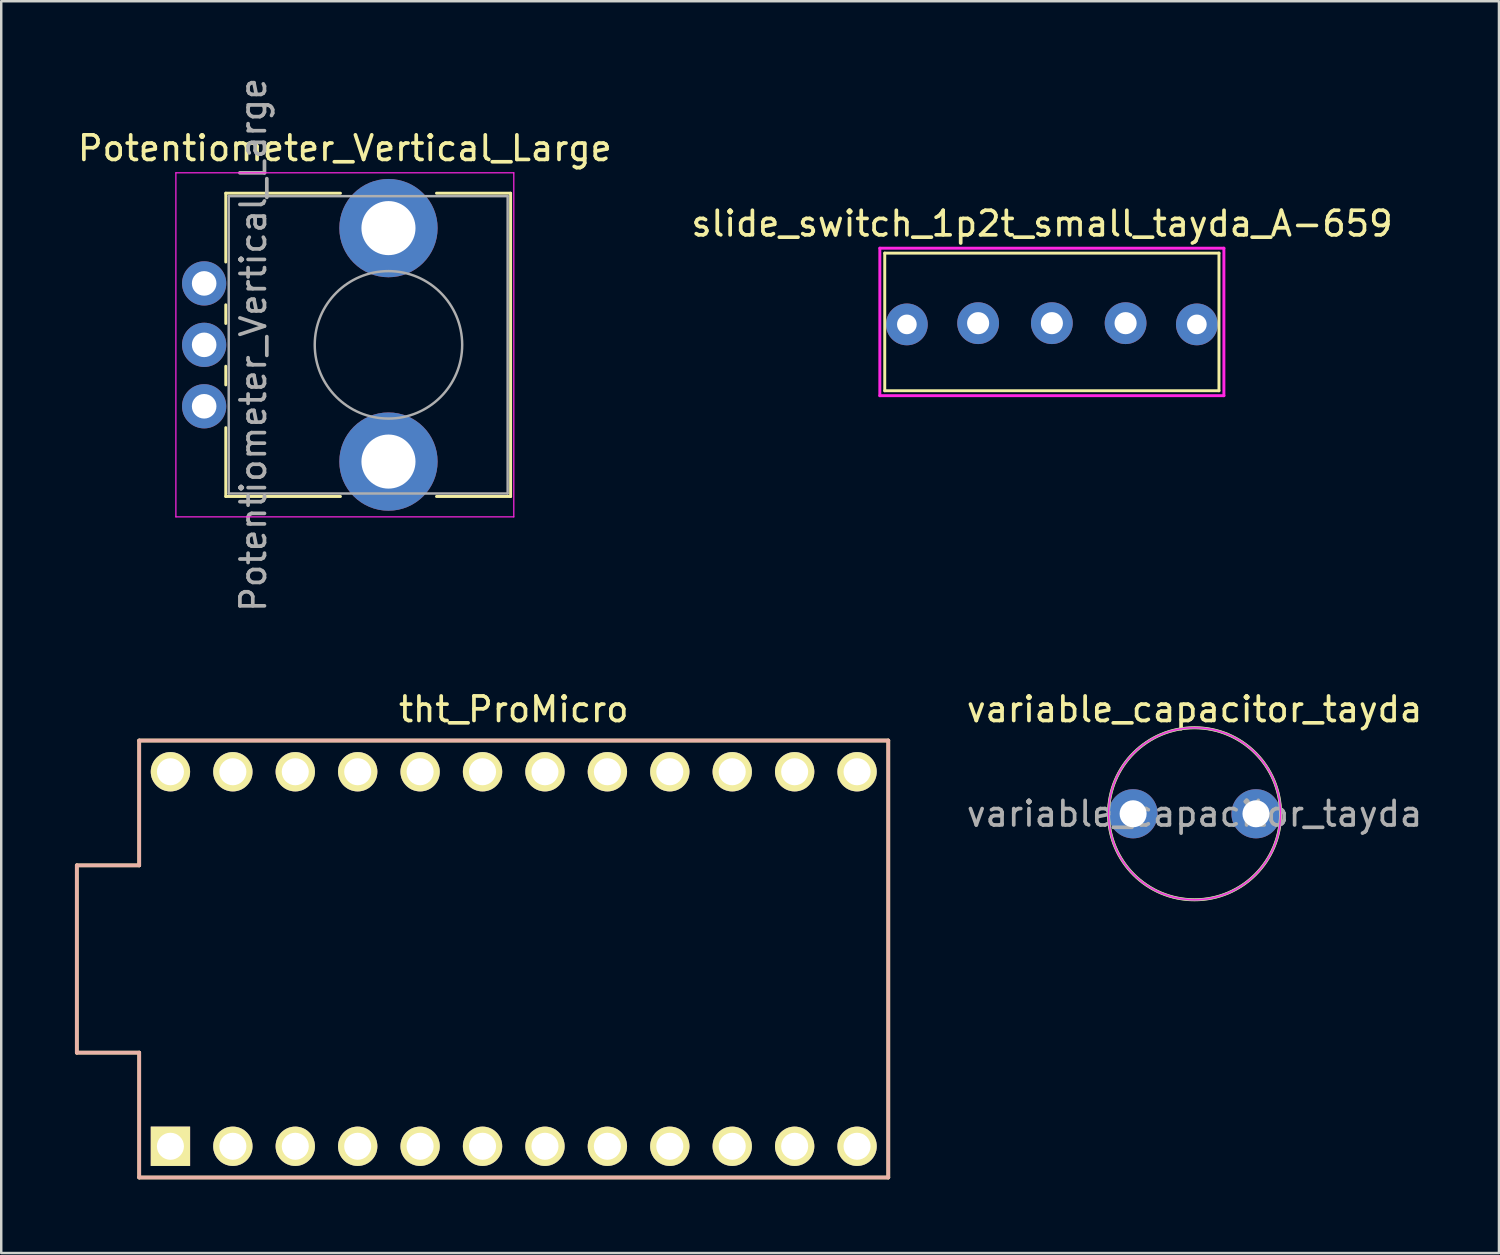
<source format=kicad_pcb>
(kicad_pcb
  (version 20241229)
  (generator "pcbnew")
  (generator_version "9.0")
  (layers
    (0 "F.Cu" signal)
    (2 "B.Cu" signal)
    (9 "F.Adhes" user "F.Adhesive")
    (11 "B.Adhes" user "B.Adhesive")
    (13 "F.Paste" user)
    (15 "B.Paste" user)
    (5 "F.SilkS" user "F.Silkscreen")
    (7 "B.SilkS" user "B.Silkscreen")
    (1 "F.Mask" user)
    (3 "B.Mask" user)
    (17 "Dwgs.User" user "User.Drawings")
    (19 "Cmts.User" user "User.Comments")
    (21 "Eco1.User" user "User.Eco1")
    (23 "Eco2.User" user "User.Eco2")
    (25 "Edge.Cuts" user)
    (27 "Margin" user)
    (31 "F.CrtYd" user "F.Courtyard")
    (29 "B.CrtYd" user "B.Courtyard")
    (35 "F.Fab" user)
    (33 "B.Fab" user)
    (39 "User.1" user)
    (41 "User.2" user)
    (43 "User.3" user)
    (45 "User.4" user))
  (footprint "Potentiometer_Vertical_Large"
    (layer "F.Cu")
    (at 5.257 13.482)
    (property "Reference" "Potentiometer_Vertical_Large" (at 5.725 -10.5 0) (layer "F.SilkS") (effects (font (size 1 1) (thickness 0.15))))
    (attr through_hole)
    (fp_line (start 0.88 -8.67) (end 0.88 -5.871) (stroke (width 0.12) (type solid)) (layer "F.SilkS"))
    (fp_line (start 0.88 -8.67) (end 5.546 -8.67) (stroke (width 0.12) (type solid)) (layer "F.SilkS"))
    (fp_line (start 0.88 -4.129) (end 0.88 -3.37) (stroke (width 0.12) (type solid)) (layer "F.SilkS"))
    (fp_line (start 0.88 -1.629) (end 0.88 -0.87) (stroke (width 0.12) (type solid)) (layer "F.SilkS"))
    (fp_line (start 0.88 0.87) (end 0.88 3.67) (stroke (width 0.12) (type solid)) (layer "F.SilkS"))
    (fp_line (start 0.88 3.67) (end 5.546 3.67) (stroke (width 0.12) (type solid)) (layer "F.SilkS"))
    (fp_line (start 9.455 -8.67) (end 12.47 -8.67) (stroke (width 0.12) (type solid)) (layer "F.SilkS"))
    (fp_line (start 9.455 3.67) (end 12.47 3.67) (stroke (width 0.12) (type solid)) (layer "F.SilkS"))
    (fp_line (start 12.47 -8.67) (end 12.47 3.67) (stroke (width 0.12) (type solid)) (layer "F.SilkS"))
    (fp_line (start -1.15 -9.5) (end -1.15 4.5) (stroke (width 0.05) (type solid)) (layer "F.CrtYd"))
    (fp_line (start -1.15 4.5) (end 12.6 4.5) (stroke (width 0.05) (type solid)) (layer "F.CrtYd"))
    (fp_line (start 12.6 -9.5) (end -1.15 -9.5) (stroke (width 0.05) (type solid)) (layer "F.CrtYd"))
    (fp_line (start 12.6 4.5) (end 12.6 -9.5) (stroke (width 0.05) (type solid)) (layer "F.CrtYd"))
    (fp_line (start 1 -8.55) (end 1 3.55) (stroke (width 0.1) (type solid)) (layer "F.Fab"))
    (fp_line (start 1 3.55) (end 12.35 3.55) (stroke (width 0.1) (type solid)) (layer "F.Fab"))
    (fp_line (start 12.35 -8.55) (end 1 -8.55) (stroke (width 0.1) (type solid)) (layer "F.Fab"))
    (fp_line (start 12.35 3.55) (end 12.35 -8.55) (stroke (width 0.1) (type solid)) (layer "F.Fab"))
    (fp_circle (center 7.5 -2.5) (end 10.5 -2.5) (stroke (width 0.1) (type solid)) (fill no) (layer "F.Fab"))
    (fp_text user "${REFERENCE}" (at 2 -2.5 90) (layer "F.Fab") (effects (font (size 1 1) (thickness 0.15))))
    (pad "" np_thru_hole circle (at 7.5 -7.25) (size 4 4) (drill 2.2) (layers "*.Cu" "*.Mask"))
    (pad "" np_thru_hole circle (at 7.5 2.25) (size 4 4) (drill 2.2) (layers "*.Cu" "*.Mask"))
    (pad "1" thru_hole circle (at 0 0) (size 1.8 1.8) (drill 1) (layers "*.Cu" "*.Mask"))
    (pad "2" thru_hole circle (at 0 -2.5) (size 1.8 1.8) (drill 1) (layers "*.Cu" "*.Mask"))
    (pad "3" thru_hole circle (at 0 -5) (size 1.8 1.8) (drill 1) (layers "*.Cu" "*.Mask")))
  (footprint "tht_ProMicro"
    (layer "F.Cu")
    (at 17.855 35.973)
    (property "Reference" "tht_ProMicro" (at 0 -10.16 0) (layer "F.SilkS") (effects (font (size 1 1) (thickness 0.15))))
    (attr through_hole)
    (fp_line (start -17.78 -3.81) (end -15.24 -3.81) (stroke (width 0.15) (type solid)) (layer "F.SilkS"))
    (fp_line (start -17.78 3.81) (end -17.78 -3.81) (stroke (width 0.15) (type solid)) (layer "F.SilkS"))
    (fp_line (start -15.24 -8.89) (end 15.24 -8.89) (stroke (width 0.15) (type solid)) (layer "F.SilkS"))
    (fp_line (start -15.24 -3.81) (end -15.24 -8.89) (stroke (width 0.15) (type solid)) (layer "F.SilkS"))
    (fp_line (start -15.24 3.81) (end -17.78 3.81) (stroke (width 0.15) (type solid)) (layer "F.SilkS"))
    (fp_line (start -15.24 8.89) (end -15.24 3.81) (stroke (width 0.15) (type solid)) (layer "F.SilkS"))
    (fp_line (start -15.24 8.89) (end 15.24 8.89) (stroke (width 0.15) (type solid)) (layer "F.SilkS"))
    (fp_line (start 15.24 -8.89) (end 15.24 8.89) (stroke (width 0.15) (type solid)) (layer "F.SilkS"))
    (fp_line (start -17.78 -3.81) (end -15.24 -3.81) (stroke (width 0.15) (type solid)) (layer "B.SilkS"))
    (fp_line (start -17.78 3.81) (end -17.78 -3.81) (stroke (width 0.15) (type solid)) (layer "B.SilkS"))
    (fp_line (start -15.24 -8.89) (end 15.24 -8.89) (stroke (width 0.15) (type solid)) (layer "B.SilkS"))
    (fp_line (start -15.24 -3.81) (end -15.24 -8.89) (stroke (width 0.15) (type solid)) (layer "B.SilkS"))
    (fp_line (start -15.24 3.81) (end -17.78 3.81) (stroke (width 0.15) (type solid)) (layer "B.SilkS"))
    (fp_line (start -15.24 8.89) (end -15.24 3.81) (stroke (width 0.15) (type solid)) (layer "B.SilkS"))
    (fp_line (start 15.24 -8.89) (end 15.24 8.89) (stroke (width 0.15) (type solid)) (layer "B.SilkS"))
    (fp_line (start 15.24 8.89) (end -15.24 8.89) (stroke (width 0.15) (type solid)) (layer "B.SilkS"))
    (pad "1" thru_hole rect (at -13.97 7.62) (size 1.6 1.6) (drill 1.1) (layers "*.Cu" "*.Mask" "F.SilkS"))
    (pad "2" thru_hole circle (at -11.43 7.62) (size 1.6 1.6) (drill 1.1) (layers "*.Cu" "*.Mask" "F.SilkS"))
    (pad "3" thru_hole circle (at -8.89 7.62) (size 1.6 1.6) (drill 1.1) (layers "*.Cu" "*.Mask" "F.SilkS"))
    (pad "4" thru_hole circle (at -6.35 7.62) (size 1.6 1.6) (drill 1.1) (layers "*.Cu" "*.Mask" "F.SilkS"))
    (pad "5" thru_hole circle (at -3.81 7.62) (size 1.6 1.6) (drill 1.1) (layers "*.Cu" "*.Mask" "F.SilkS"))
    (pad "6" thru_hole circle (at -1.27 7.62) (size 1.6 1.6) (drill 1.1) (layers "*.Cu" "*.Mask" "F.SilkS"))
    (pad "7" thru_hole circle (at 1.27 7.62) (size 1.6 1.6) (drill 1.1) (layers "*.Cu" "*.Mask" "F.SilkS"))
    (pad "8" thru_hole circle (at 3.81 7.62) (size 1.6 1.6) (drill 1.1) (layers "*.Cu" "*.Mask" "F.SilkS"))
    (pad "9" thru_hole circle (at 6.35 7.62) (size 1.6 1.6) (drill 1.1) (layers "*.Cu" "*.Mask" "F.SilkS"))
    (pad "10" thru_hole circle (at 8.89 7.62) (size 1.6 1.6) (drill 1.1) (layers "*.Cu" "*.Mask" "F.SilkS"))
    (pad "11" thru_hole circle (at 11.43 7.62) (size 1.6 1.6) (drill 1.1) (layers "*.Cu" "*.Mask" "F.SilkS"))
    (pad "12" thru_hole circle (at 13.97 7.62) (size 1.6 1.6) (drill 1.1) (layers "*.Cu" "*.Mask" "F.SilkS"))
    (pad "13" thru_hole circle (at 13.97 -7.62) (size 1.6 1.6) (drill 1.1) (layers "*.Cu" "*.Mask" "F.SilkS"))
    (pad "14" thru_hole circle (at 11.43 -7.62) (size 1.6 1.6) (drill 1.1) (layers "*.Cu" "*.Mask" "F.SilkS"))
    (pad "15" thru_hole circle (at 8.89 -7.62) (size 1.6 1.6) (drill 1.1) (layers "*.Cu" "*.Mask" "F.SilkS"))
    (pad "16" thru_hole circle (at 6.35 -7.62) (size 1.6 1.6) (drill 1.1) (layers "*.Cu" "*.Mask" "F.SilkS"))
    (pad "17" thru_hole circle (at 3.81 -7.62) (size 1.6 1.6) (drill 1.1) (layers "*.Cu" "*.Mask" "F.SilkS"))
    (pad "18" thru_hole circle (at 1.27 -7.62) (size 1.6 1.6) (drill 1.1) (layers "*.Cu" "*.Mask" "F.SilkS"))
    (pad "19" thru_hole circle (at -1.27 -7.62) (size 1.6 1.6) (drill 1.1) (layers "*.Cu" "*.Mask" "F.SilkS"))
    (pad "20" thru_hole circle (at -3.81 -7.62) (size 1.6 1.6) (drill 1.1) (layers "*.Cu" "*.Mask" "F.SilkS"))
    (pad "21" thru_hole circle (at -6.35 -7.62) (size 1.6 1.6) (drill 1.1) (layers "*.Cu" "*.Mask" "F.SilkS"))
    (pad "22" thru_hole circle (at -8.89 -7.62) (size 1.6 1.6) (drill 1.1) (layers "*.Cu" "*.Mask" "F.SilkS"))
    (pad "23" thru_hole circle (at -11.43 -7.62) (size 1.6 1.6) (drill 1.1) (layers "*.Cu" "*.Mask" "F.SilkS"))
    (pad "24" thru_hole circle (at -13.97 -7.62) (size 1.6 1.6) (drill 1.1) (layers "*.Cu" "*.Mask" "F.SilkS")))
  (footprint "slide_switch_1p2t_small_tayda_A-659"
    (layer "F.Cu")
    (at 37.351 0.25)
    (property "Reference" "slide_switch_1p2t_small_tayda_A-659" (at 2 5.8 0) (layer "F.SilkS") (effects (font (size 1 1) (thickness 0.15))))
    (attr through_hole)
    (fp_line (start -4.4 7) (end 9.2 7) (stroke (width 0.12) (type solid)) (layer "F.SilkS"))
    (fp_line (start -4.4 12.6) (end -4.4 7) (stroke (width 0.12) (type solid)) (layer "F.SilkS"))
    (fp_line (start 9.2 7) (end 9.2 12.6) (stroke (width 0.12) (type solid)) (layer "F.SilkS"))
    (fp_line (start 9.2 12.6) (end -4.4 12.6) (stroke (width 0.12) (type solid)) (layer "F.SilkS"))
    (fp_line (start -4.6 6.8) (end 9.4 6.8) (stroke (width 0.12) (type solid)) (layer "F.CrtYd"))
    (fp_line (start -4.6 12.8) (end -4.6 6.8) (stroke (width 0.12) (type solid)) (layer "F.CrtYd"))
    (fp_line (start 9.4 6.8) (end 9.4 12.8) (stroke (width 0.12) (type solid)) (layer "F.CrtYd"))
    (fp_line (start 9.4 12.8) (end -4.6 12.8) (stroke (width 0.12) (type solid)) (layer "F.CrtYd"))
    (pad "" thru_hole circle (at -3.5 9.9) (size 1.7 1.7) (drill 0.8) (layers "*.Cu" "*.Mask"))
    (pad "" thru_hole circle (at 8.3 9.9) (size 1.7 1.7) (drill 0.8) (layers "*.Cu" "*.Mask"))
    (pad "1" thru_hole circle (at -0.6 9.85) (size 1.7 1.7) (drill 0.9) (layers "*.Cu" "*.Mask"))
    (pad "2" thru_hole circle (at 2.4 9.85) (size 1.7 1.7) (drill 0.9) (layers "*.Cu" "*.Mask"))
    (pad "3" thru_hole circle (at 5.4 9.85) (size 1.7 1.7) (drill 0.9) (layers "*.Cu" "*.Mask")))
  (footprint "variable_capacitor_tayda"
    (layer "F.Cu")
    (at 43.057 30.063)
    (property "Reference" "variable_capacitor_tayda" (at 2.5 -4.25 0) (layer "F.SilkS") (effects (font (size 1 1) (thickness 0.15))))
    (attr through_hole)
    (fp_circle (center 2.5 0) (end 6 0) (stroke (width 0.12) (type solid)) (fill no) (layer "F.SilkS"))
    (fp_circle (center 2.5 0) (end 6 0) (stroke (width 0.05) (type solid)) (fill no) (layer "F.CrtYd"))
    (fp_circle (center 2.5 0) (end 6 0) (stroke (width 0.1) (type solid)) (fill no) (layer "F.Fab"))
    (fp_text user "${REFERENCE}" (at 2.5 0 0) (layer "F.Fab") (effects (font (size 1 1) (thickness 0.15))))
    (pad "1" thru_hole circle (at 0 0) (size 2 2) (drill 1.1) (layers "*.Cu" "*.Mask"))
    (pad "2" thru_hole circle (at 5 0) (size 2 2) (drill 1.1) (layers "*.Cu" "*.Mask")))
  (gr_rect
    (start -3 -3)
    (end 57.944 47.938)
    (stroke (width 0.1) (type default))
    (fill no)
    (layer "Edge.Cuts")))
</source>
